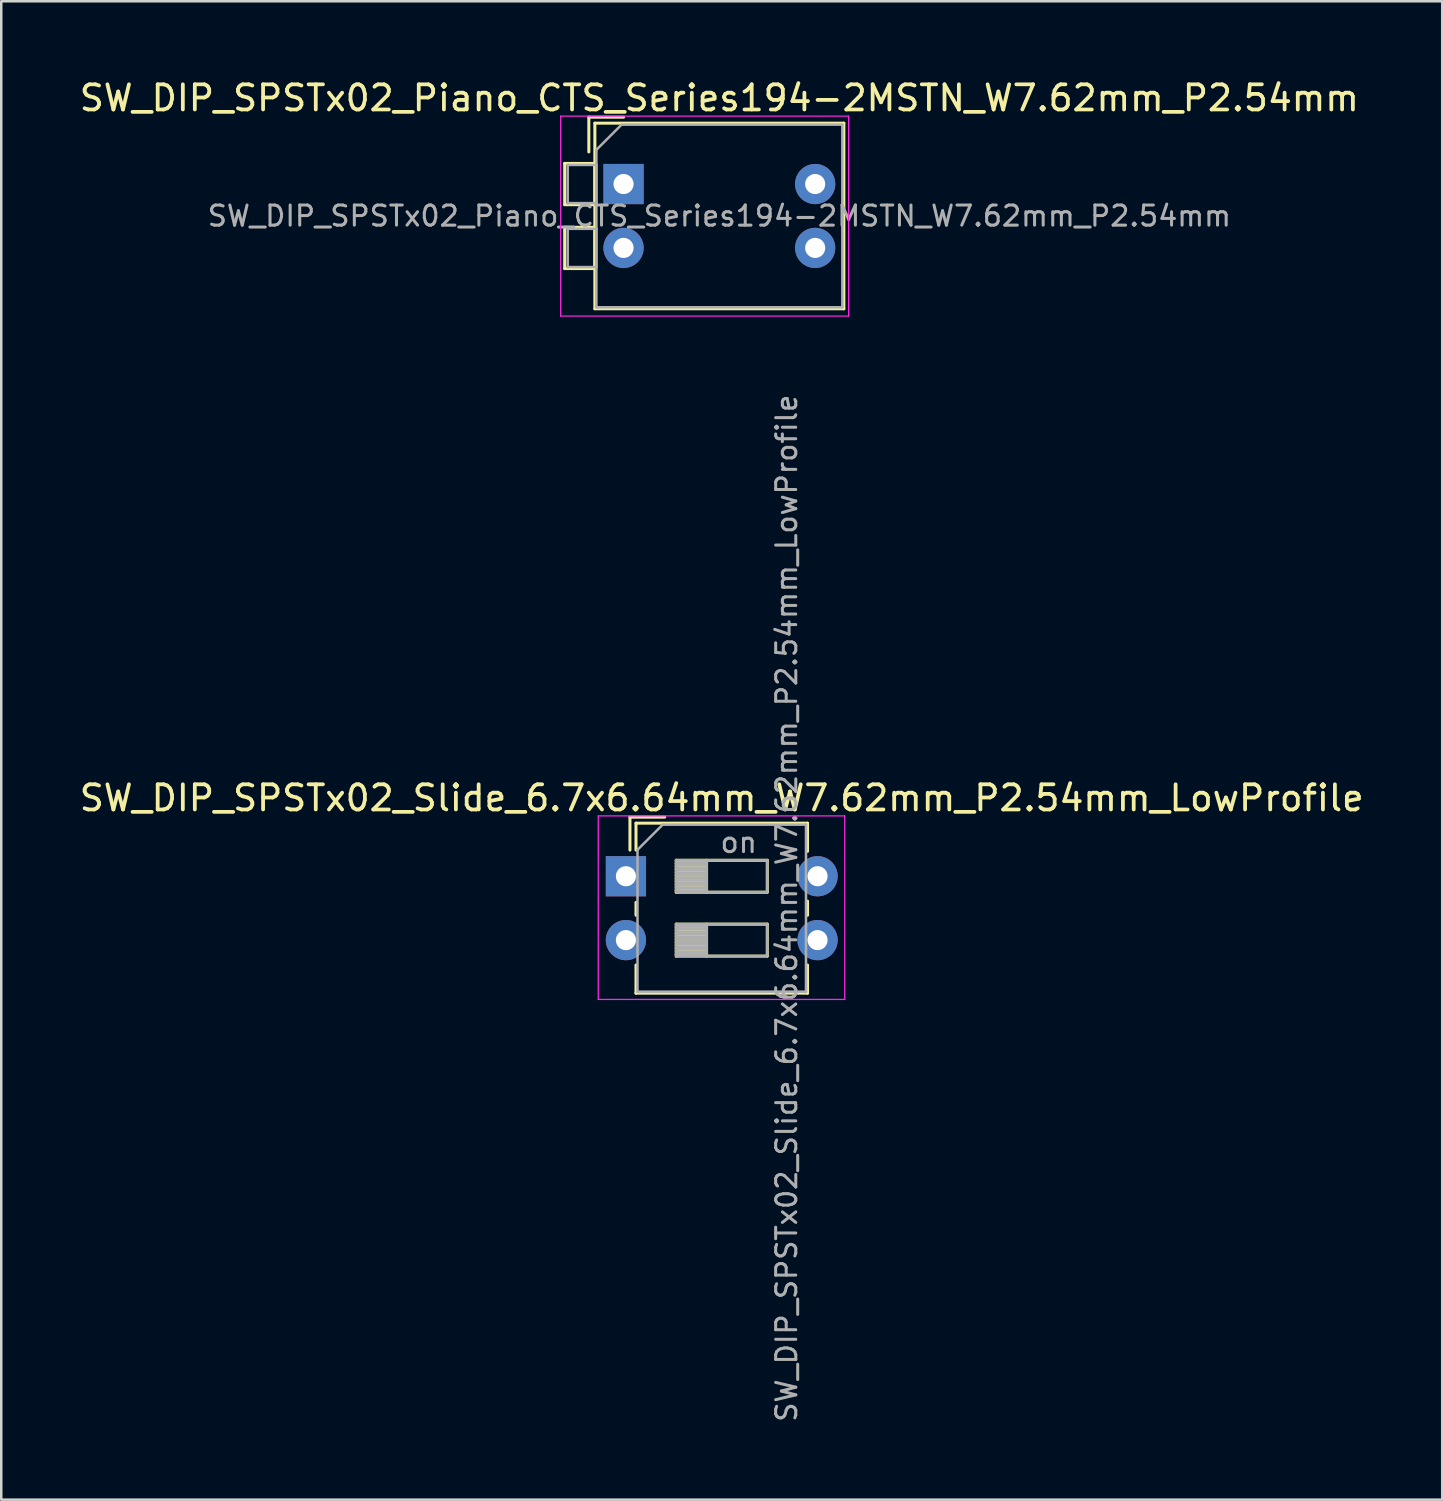
<source format=kicad_pcb>
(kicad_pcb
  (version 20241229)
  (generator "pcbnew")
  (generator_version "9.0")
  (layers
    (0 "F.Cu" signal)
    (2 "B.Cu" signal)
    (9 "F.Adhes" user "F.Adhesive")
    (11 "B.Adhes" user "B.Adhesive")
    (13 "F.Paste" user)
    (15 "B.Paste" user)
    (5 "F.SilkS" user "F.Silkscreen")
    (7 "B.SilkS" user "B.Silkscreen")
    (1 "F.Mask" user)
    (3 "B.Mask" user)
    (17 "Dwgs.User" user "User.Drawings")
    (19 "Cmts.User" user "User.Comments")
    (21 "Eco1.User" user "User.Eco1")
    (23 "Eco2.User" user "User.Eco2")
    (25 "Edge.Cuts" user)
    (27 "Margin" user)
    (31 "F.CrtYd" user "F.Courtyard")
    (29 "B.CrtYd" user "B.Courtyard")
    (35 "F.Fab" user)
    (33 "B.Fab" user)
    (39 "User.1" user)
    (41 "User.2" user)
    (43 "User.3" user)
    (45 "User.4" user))
  (footprint "SW_DIP_SPSTx02_Slide_6.7x6.64mm_W7.62mm_P2.54mm_LowProfile"
    (layer "F.Cu")
    (at 21.839 31.792)
    (property "Reference" "SW_DIP_SPSTx02_Slide_6.7x6.64mm_W7.62mm_P2.54mm_LowProfile" (at 3.81 -3.11 0) (layer "F.SilkS") (effects (font (size 1 1) (thickness 0.15))))
    (attr through_hole)
    (fp_line (start 0.16 -2.35) (end 0.16 -1.04) (stroke (width 0.12) (type solid)) (layer "F.SilkS"))
    (fp_line (start 0.16 -2.35) (end 1.543 -2.35) (stroke (width 0.12) (type solid)) (layer "F.SilkS"))
    (fp_line (start 0.4 -2.11) (end 0.4 -1.04) (stroke (width 0.12) (type solid)) (layer "F.SilkS"))
    (fp_line (start 0.4 -2.11) (end 7.221 -2.11) (stroke (width 0.12) (type solid)) (layer "F.SilkS"))
    (fp_line (start 0.4 1.04) (end 0.4 1.551) (stroke (width 0.12) (type solid)) (layer "F.SilkS"))
    (fp_line (start 0.4 3.53) (end 0.4 4.65) (stroke (width 0.12) (type solid)) (layer "F.SilkS"))
    (fp_line (start 0.4 4.65) (end 7.221 4.65) (stroke (width 0.12) (type solid)) (layer "F.SilkS"))
    (fp_line (start 2 -0.635) (end 2 0.635) (stroke (width 0.12) (type solid)) (layer "F.SilkS"))
    (fp_line (start 2 -0.515) (end 3.207 -0.515) (stroke (width 0.12) (type solid)) (layer "F.SilkS"))
    (fp_line (start 2 -0.395) (end 3.207 -0.395) (stroke (width 0.12) (type solid)) (layer "F.SilkS"))
    (fp_line (start 2 -0.275) (end 3.207 -0.275) (stroke (width 0.12) (type solid)) (layer "F.SilkS"))
    (fp_line (start 2 -0.155) (end 3.207 -0.155) (stroke (width 0.12) (type solid)) (layer "F.SilkS"))
    (fp_line (start 2 -0.035) (end 3.207 -0.035) (stroke (width 0.12) (type solid)) (layer "F.SilkS"))
    (fp_line (start 2 0.085) (end 3.207 0.085) (stroke (width 0.12) (type solid)) (layer "F.SilkS"))
    (fp_line (start 2 0.205) (end 3.207 0.205) (stroke (width 0.12) (type solid)) (layer "F.SilkS"))
    (fp_line (start 2 0.325) (end 3.207 0.325) (stroke (width 0.12) (type solid)) (layer "F.SilkS"))
    (fp_line (start 2 0.445) (end 3.207 0.445) (stroke (width 0.12) (type solid)) (layer "F.SilkS"))
    (fp_line (start 2 0.565) (end 3.207 0.565) (stroke (width 0.12) (type solid)) (layer "F.SilkS"))
    (fp_line (start 2 0.635) (end 5.62 0.635) (stroke (width 0.12) (type solid)) (layer "F.SilkS"))
    (fp_line (start 2 1.905) (end 2 3.175) (stroke (width 0.12) (type solid)) (layer "F.SilkS"))
    (fp_line (start 2 2.025) (end 3.207 2.025) (stroke (width 0.12) (type solid)) (layer "F.SilkS"))
    (fp_line (start 2 2.145) (end 3.207 2.145) (stroke (width 0.12) (type solid)) (layer "F.SilkS"))
    (fp_line (start 2 2.265) (end 3.207 2.265) (stroke (width 0.12) (type solid)) (layer "F.SilkS"))
    (fp_line (start 2 2.385) (end 3.207 2.385) (stroke (width 0.12) (type solid)) (layer "F.SilkS"))
    (fp_line (start 2 2.505) (end 3.207 2.505) (stroke (width 0.12) (type solid)) (layer "F.SilkS"))
    (fp_line (start 2 2.625) (end 3.207 2.625) (stroke (width 0.12) (type solid)) (layer "F.SilkS"))
    (fp_line (start 2 2.745) (end 3.207 2.745) (stroke (width 0.12) (type solid)) (layer "F.SilkS"))
    (fp_line (start 2 2.865) (end 3.207 2.865) (stroke (width 0.12) (type solid)) (layer "F.SilkS"))
    (fp_line (start 2 2.985) (end 3.207 2.985) (stroke (width 0.12) (type solid)) (layer "F.SilkS"))
    (fp_line (start 2 3.105) (end 3.207 3.105) (stroke (width 0.12) (type solid)) (layer "F.SilkS"))
    (fp_line (start 2 3.175) (end 5.62 3.175) (stroke (width 0.12) (type solid)) (layer "F.SilkS"))
    (fp_line (start 3.207 -0.635) (end 3.207 0.635) (stroke (width 0.12) (type solid)) (layer "F.SilkS"))
    (fp_line (start 3.207 1.905) (end 3.207 3.175) (stroke (width 0.12) (type solid)) (layer "F.SilkS"))
    (fp_line (start 5.62 -0.635) (end 2 -0.635) (stroke (width 0.12) (type solid)) (layer "F.SilkS"))
    (fp_line (start 5.62 0.635) (end 5.62 -0.635) (stroke (width 0.12) (type solid)) (layer "F.SilkS"))
    (fp_line (start 5.62 1.905) (end 2 1.905) (stroke (width 0.12) (type solid)) (layer "F.SilkS"))
    (fp_line (start 5.62 3.175) (end 5.62 1.905) (stroke (width 0.12) (type solid)) (layer "F.SilkS"))
    (fp_line (start 7.221 -2.11) (end 7.221 -0.99) (stroke (width 0.12) (type solid)) (layer "F.SilkS"))
    (fp_line (start 7.221 0.99) (end 7.221 1.551) (stroke (width 0.12) (type solid)) (layer "F.SilkS"))
    (fp_line (start 7.221 3.53) (end 7.221 4.65) (stroke (width 0.12) (type solid)) (layer "F.SilkS"))
    (fp_line (start -1.1 -2.4) (end -1.1 4.9) (stroke (width 0.05) (type solid)) (layer "F.CrtYd"))
    (fp_line (start -1.1 4.9) (end 8.7 4.9) (stroke (width 0.05) (type solid)) (layer "F.CrtYd"))
    (fp_line (start 8.7 -2.4) (end -1.1 -2.4) (stroke (width 0.05) (type solid)) (layer "F.CrtYd"))
    (fp_line (start 8.7 4.9) (end 8.7 -2.4) (stroke (width 0.05) (type solid)) (layer "F.CrtYd"))
    (fp_line (start 0.46 -1.05) (end 1.46 -2.05) (stroke (width 0.1) (type solid)) (layer "F.Fab"))
    (fp_line (start 0.46 4.59) (end 0.46 -1.05) (stroke (width 0.1) (type solid)) (layer "F.Fab"))
    (fp_line (start 1.46 -2.05) (end 7.16 -2.05) (stroke (width 0.1) (type solid)) (layer "F.Fab"))
    (fp_line (start 2 -0.635) (end 2 0.635) (stroke (width 0.1) (type solid)) (layer "F.Fab"))
    (fp_line (start 2 -0.535) (end 3.207 -0.535) (stroke (width 0.1) (type solid)) (layer "F.Fab"))
    (fp_line (start 2 -0.435) (end 3.207 -0.435) (stroke (width 0.1) (type solid)) (layer "F.Fab"))
    (fp_line (start 2 -0.335) (end 3.207 -0.335) (stroke (width 0.1) (type solid)) (layer "F.Fab"))
    (fp_line (start 2 -0.235) (end 3.207 -0.235) (stroke (width 0.1) (type solid)) (layer "F.Fab"))
    (fp_line (start 2 -0.135) (end 3.207 -0.135) (stroke (width 0.1) (type solid)) (layer "F.Fab"))
    (fp_line (start 2 -0.035) (end 3.207 -0.035) (stroke (width 0.1) (type solid)) (layer "F.Fab"))
    (fp_line (start 2 0.065) (end 3.207 0.065) (stroke (width 0.1) (type solid)) (layer "F.Fab"))
    (fp_line (start 2 0.165) (end 3.207 0.165) (stroke (width 0.1) (type solid)) (layer "F.Fab"))
    (fp_line (start 2 0.265) (end 3.207 0.265) (stroke (width 0.1) (type solid)) (layer "F.Fab"))
    (fp_line (start 2 0.365) (end 3.207 0.365) (stroke (width 0.1) (type solid)) (layer "F.Fab"))
    (fp_line (start 2 0.465) (end 3.207 0.465) (stroke (width 0.1) (type solid)) (layer "F.Fab"))
    (fp_line (start 2 0.565) (end 3.207 0.565) (stroke (width 0.1) (type solid)) (layer "F.Fab"))
    (fp_line (start 2 0.635) (end 5.62 0.635) (stroke (width 0.1) (type solid)) (layer "F.Fab"))
    (fp_line (start 2 1.905) (end 2 3.175) (stroke (width 0.1) (type solid)) (layer "F.Fab"))
    (fp_line (start 2 2.005) (end 3.207 2.005) (stroke (width 0.1) (type solid)) (layer "F.Fab"))
    (fp_line (start 2 2.105) (end 3.207 2.105) (stroke (width 0.1) (type solid)) (layer "F.Fab"))
    (fp_line (start 2 2.205) (end 3.207 2.205) (stroke (width 0.1) (type solid)) (layer "F.Fab"))
    (fp_line (start 2 2.305) (end 3.207 2.305) (stroke (width 0.1) (type solid)) (layer "F.Fab"))
    (fp_line (start 2 2.405) (end 3.207 2.405) (stroke (width 0.1) (type solid)) (layer "F.Fab"))
    (fp_line (start 2 2.505) (end 3.207 2.505) (stroke (width 0.1) (type solid)) (layer "F.Fab"))
    (fp_line (start 2 2.605) (end 3.207 2.605) (stroke (width 0.1) (type solid)) (layer "F.Fab"))
    (fp_line (start 2 2.705) (end 3.207 2.705) (stroke (width 0.1) (type solid)) (layer "F.Fab"))
    (fp_line (start 2 2.805) (end 3.207 2.805) (stroke (width 0.1) (type solid)) (layer "F.Fab"))
    (fp_line (start 2 2.905) (end 3.207 2.905) (stroke (width 0.1) (type solid)) (layer "F.Fab"))
    (fp_line (start 2 3.005) (end 3.207 3.005) (stroke (width 0.1) (type solid)) (layer "F.Fab"))
    (fp_line (start 2 3.105) (end 3.207 3.105) (stroke (width 0.1) (type solid)) (layer "F.Fab"))
    (fp_line (start 2 3.175) (end 5.62 3.175) (stroke (width 0.1) (type solid)) (layer "F.Fab"))
    (fp_line (start 3.207 -0.635) (end 3.207 0.635) (stroke (width 0.1) (type solid)) (layer "F.Fab"))
    (fp_line (start 3.207 1.905) (end 3.207 3.175) (stroke (width 0.1) (type solid)) (layer "F.Fab"))
    (fp_line (start 5.62 -0.635) (end 2 -0.635) (stroke (width 0.1) (type solid)) (layer "F.Fab"))
    (fp_line (start 5.62 0.635) (end 5.62 -0.635) (stroke (width 0.1) (type solid)) (layer "F.Fab"))
    (fp_line (start 5.62 1.905) (end 2 1.905) (stroke (width 0.1) (type solid)) (layer "F.Fab"))
    (fp_line (start 5.62 3.175) (end 5.62 1.905) (stroke (width 0.1) (type solid)) (layer "F.Fab"))
    (fp_line (start 7.16 -2.05) (end 7.16 4.59) (stroke (width 0.1) (type solid)) (layer "F.Fab"))
    (fp_line (start 7.16 4.59) (end 0.46 4.59) (stroke (width 0.1) (type solid)) (layer "F.Fab"))
    (fp_text user "${REFERENCE}" (at 6.39 1.27 90) (layer "F.Fab") (effects (font (size 0.8 0.8) (thickness 0.12))))
    (fp_text user "on" (at 4.485 -1.343 0) (layer "F.Fab") (effects (font (size 0.8 0.8) (thickness 0.12))))
    (pad "1" thru_hole rect (at 0 0) (size 1.6 1.6) (drill 0.8) (layers "*.Cu" "*.Mask"))
    (pad "2" thru_hole oval (at 0 2.54) (size 1.6 1.6) (drill 0.8) (layers "*.Cu" "*.Mask"))
    (pad "3" thru_hole oval (at 7.62 2.54) (size 1.6 1.6) (drill 0.8) (layers "*.Cu" "*.Mask"))
    (pad "4" thru_hole oval (at 7.62 0) (size 1.6 1.6) (drill 0.8) (layers "*.Cu" "*.Mask")))
  (footprint "SW_DIP_SPSTx02_Piano_CTS_Series194-2MSTN_W7.62mm_P2.54mm"
    (layer "F.Cu")
    (at 21.744 4.268)
    (property "Reference" "SW_DIP_SPSTx02_Piano_CTS_Series194-2MSTN_W7.62mm_P2.54mm" (at 3.81 -3.42 0) (layer "F.SilkS") (effects (font (size 1 1) (thickness 0.15))))
    (attr through_hole)
    (fp_line (start -2.34 -0.82) (end -2.34 0.82) (stroke (width 0.12) (type solid)) (layer "F.SilkS"))
    (fp_line (start -2.34 -0.82) (end -1.14 -0.82) (stroke (width 0.12) (type solid)) (layer "F.SilkS"))
    (fp_line (start -2.34 0.82) (end -1.14 0.82) (stroke (width 0.12) (type solid)) (layer "F.SilkS"))
    (fp_line (start -2.34 1.72) (end -2.34 3.361) (stroke (width 0.12) (type solid)) (layer "F.SilkS"))
    (fp_line (start -2.34 1.72) (end -1.14 1.72) (stroke (width 0.12) (type solid)) (layer "F.SilkS"))
    (fp_line (start -2.34 3.361) (end -1.14 3.361) (stroke (width 0.12) (type solid)) (layer "F.SilkS"))
    (fp_line (start -1.38 -2.66) (end -1.38 -1.277) (stroke (width 0.12) (type solid)) (layer "F.SilkS"))
    (fp_line (start -1.38 -2.66) (end 0.004 -2.66) (stroke (width 0.12) (type solid)) (layer "F.SilkS"))
    (fp_line (start -1.14 -2.42) (end -1.14 4.96) (stroke (width 0.12) (type solid)) (layer "F.SilkS"))
    (fp_line (start -1.14 -2.42) (end 8.76 -2.42) (stroke (width 0.12) (type solid)) (layer "F.SilkS"))
    (fp_line (start -1.14 -0.82) (end -1.14 0.82) (stroke (width 0.12) (type solid)) (layer "F.SilkS"))
    (fp_line (start -1.14 1.72) (end -1.14 3.361) (stroke (width 0.12) (type solid)) (layer "F.SilkS"))
    (fp_line (start -1.14 4.96) (end 8.76 4.96) (stroke (width 0.12) (type solid)) (layer "F.SilkS"))
    (fp_line (start 8.76 -2.42) (end 8.76 4.96) (stroke (width 0.12) (type solid)) (layer "F.SilkS"))
    (fp_line (start -2.5 -2.7) (end -2.5 5.25) (stroke (width 0.05) (type solid)) (layer "F.CrtYd"))
    (fp_line (start -2.5 5.25) (end 8.95 5.25) (stroke (width 0.05) (type solid)) (layer "F.CrtYd"))
    (fp_line (start 8.95 -2.7) (end -2.5 -2.7) (stroke (width 0.05) (type solid)) (layer "F.CrtYd"))
    (fp_line (start 8.95 5.25) (end 8.95 -2.7) (stroke (width 0.05) (type solid)) (layer "F.CrtYd"))
    (fp_line (start -2.22 -0.76) (end -1.08 -0.76) (stroke (width 0.1) (type solid)) (layer "F.Fab"))
    (fp_line (start -2.22 0.76) (end -2.22 -0.76) (stroke (width 0.1) (type solid)) (layer "F.Fab"))
    (fp_line (start -2.22 1.78) (end -1.08 1.78) (stroke (width 0.1) (type solid)) (layer "F.Fab"))
    (fp_line (start -2.22 3.3) (end -2.22 1.78) (stroke (width 0.1) (type solid)) (layer "F.Fab"))
    (fp_line (start -1.08 -1.36) (end -0.08 -2.36) (stroke (width 0.1) (type solid)) (layer "F.Fab"))
    (fp_line (start -1.08 -0.76) (end -1.08 0.76) (stroke (width 0.1) (type solid)) (layer "F.Fab"))
    (fp_line (start -1.08 0.76) (end -2.22 0.76) (stroke (width 0.1) (type solid)) (layer "F.Fab"))
    (fp_line (start -1.08 1.78) (end -1.08 3.3) (stroke (width 0.1) (type solid)) (layer "F.Fab"))
    (fp_line (start -1.08 3.3) (end -2.22 3.3) (stroke (width 0.1) (type solid)) (layer "F.Fab"))
    (fp_line (start -1.08 4.9) (end -1.08 -1.36) (stroke (width 0.1) (type solid)) (layer "F.Fab"))
    (fp_line (start -0.08 -2.36) (end 8.7 -2.36) (stroke (width 0.1) (type solid)) (layer "F.Fab"))
    (fp_line (start 8.7 -2.36) (end 8.7 4.9) (stroke (width 0.1) (type solid)) (layer "F.Fab"))
    (fp_line (start 8.7 4.9) (end -1.08 4.9) (stroke (width 0.1) (type solid)) (layer "F.Fab"))
    (fp_text user "${REFERENCE}" (at 3.81 1.27 0) (layer "F.Fab") (effects (font (size 0.8 0.8) (thickness 0.12))))
    (pad "1" thru_hole rect (at 0 0) (size 1.6 1.6) (drill 0.8) (layers "*.Cu" "*.Mask"))
    (pad "2" thru_hole oval (at 0 2.54) (size 1.6 1.6) (drill 0.8) (layers "*.Cu" "*.Mask"))
    (pad "3" thru_hole oval (at 7.62 2.54) (size 1.6 1.6) (drill 0.8) (layers "*.Cu" "*.Mask"))
    (pad "4" thru_hole oval (at 7.62 0) (size 1.6 1.6) (drill 0.8) (layers "*.Cu" "*.Mask")))
  (gr_rect
    (start -3 -3)
    (end 54.298 56.581)
    (stroke (width 0.1) (type default))
    (fill no)
    (layer "Edge.Cuts")))
</source>
